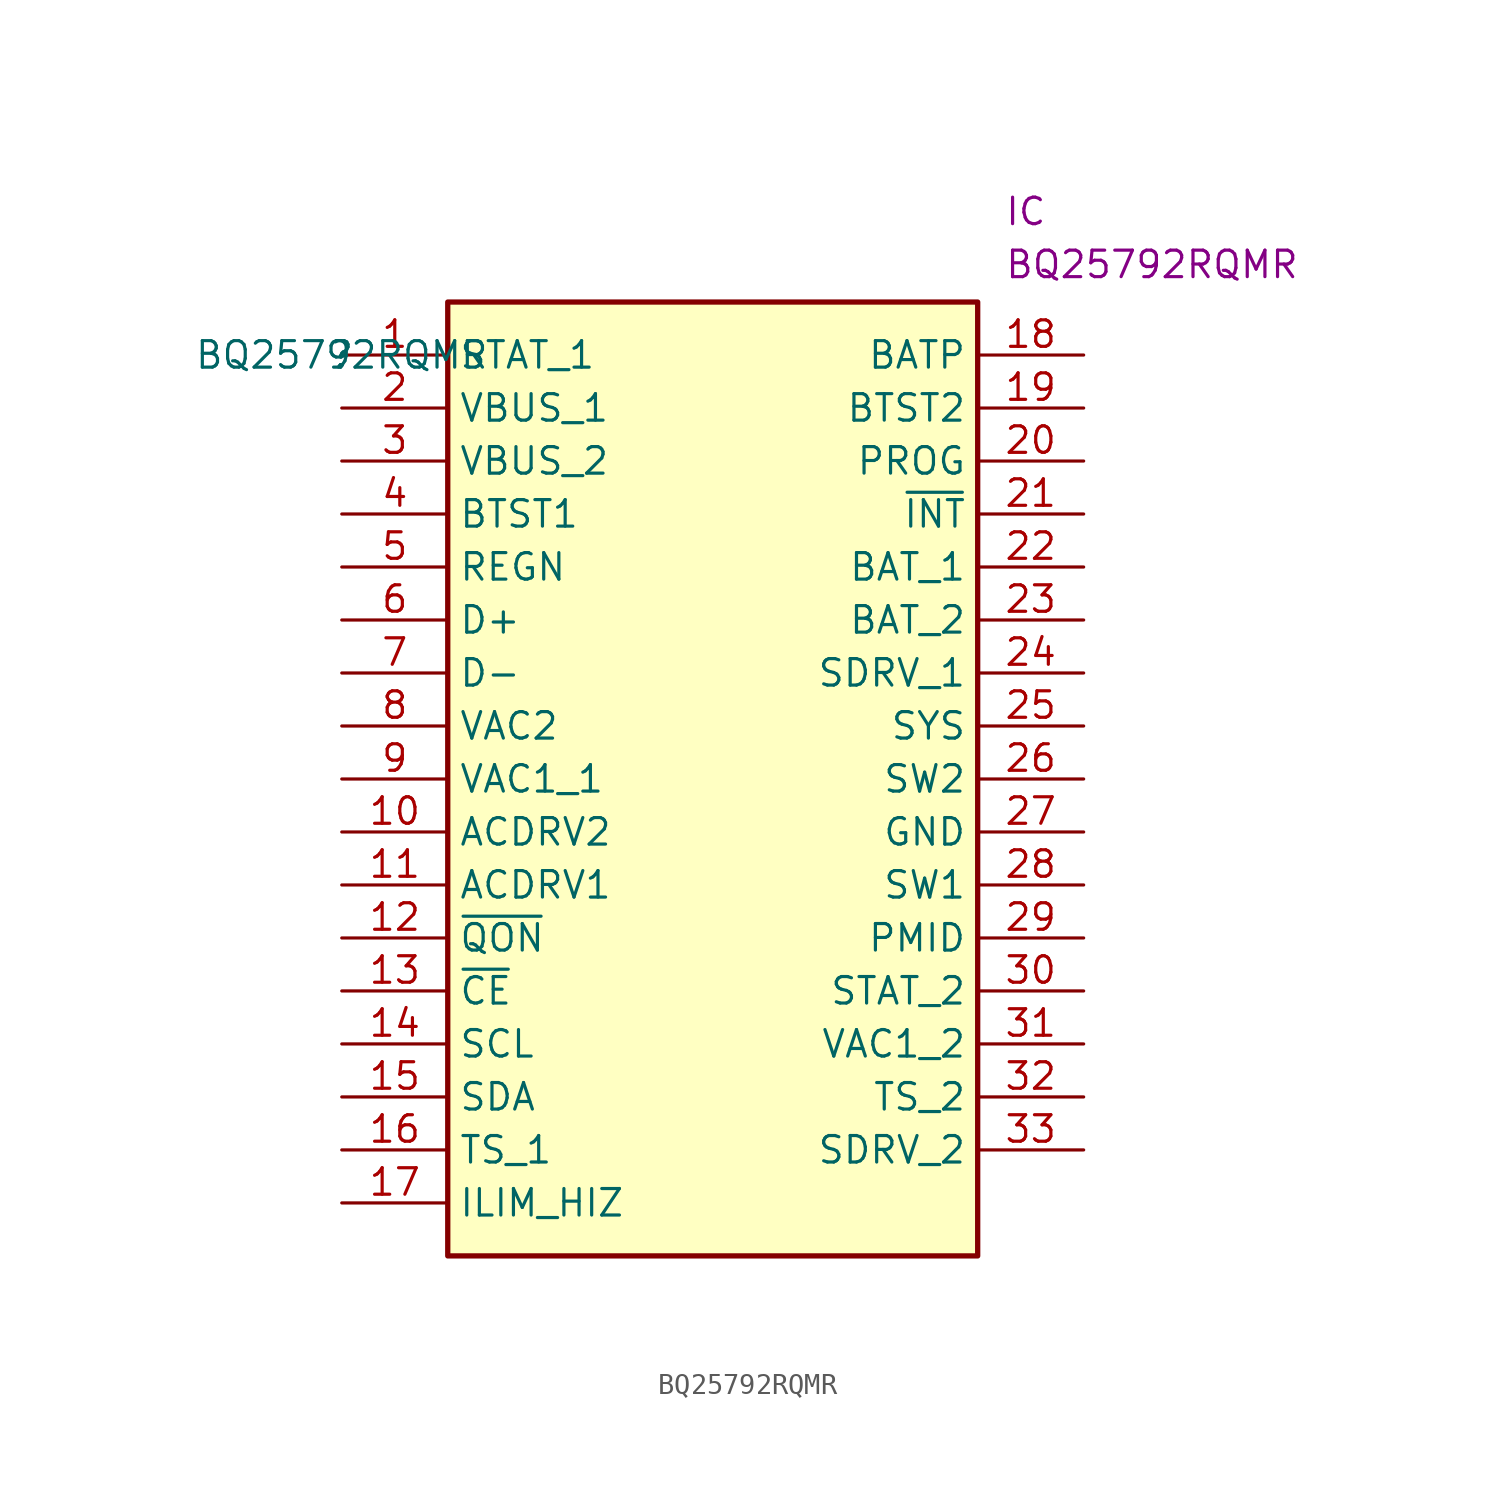
<source format=kicad_sym>
(kicad_symbol_lib
  (version 20211014)
  (generator kicad_symbol_editor)
  (symbol "BQ25792RQMR"
    (property "Reference" ""
      (at 0 0 0)
      (effects (font (size 1.27 1.27))))
    (property "Value" "BQ25792RQMR"
      (at 0 0 0)
      (effects (font (size 1.27 1.27))))
    (property "Reference_1" "IC"
      (at 31.75 7.62 0)
      (effects (font (size 1.27 1.27)) (justify left top)))
    (property "Value_1" "BQ25792RQMR"
      (at 31.75 5.08 0)
      (effects (font (size 1.27 1.27)) (justify left top)))
    (symbol "BQ25792RQMR_1_1"
      (rectangle (start 5.08 2.54) (end 30.48 -43.18) (stroke (width 0.254) (type default) (color 0 0 0 0)) (fill (type background)))
      (pin passive line (at 0 0 0) (length 5.08) (name "STAT_1" (effects (font (size 1.27 1.27)))) (number "1" (effects (font (size 1.27 1.27)))))
      (pin passive line (at 0 -22.86 0) (length 5.08) (name "ACDRV2" (effects (font (size 1.27 1.27)))) (number "10" (effects (font (size 1.27 1.27)))))
      (pin passive line (at 0 -25.4 0) (length 5.08) (name "ACDRV1" (effects (font (size 1.27 1.27)))) (number "11" (effects (font (size 1.27 1.27)))))
      (pin passive line (at 0 -27.94 0) (length 5.08) (name "~{QON}" (effects (font (size 1.27 1.27)))) (number "12" (effects (font (size 1.27 1.27)))))
      (pin passive line (at 0 -30.48 0) (length 5.08) (name "~{CE}" (effects (font (size 1.27 1.27)))) (number "13" (effects (font (size 1.27 1.27)))))
      (pin passive line (at 0 -33.02 0) (length 5.08) (name "SCL" (effects (font (size 1.27 1.27)))) (number "14" (effects (font (size 1.27 1.27)))))
      (pin passive line (at 0 -35.56 0) (length 5.08) (name "SDA" (effects (font (size 1.27 1.27)))) (number "15" (effects (font (size 1.27 1.27)))))
      (pin passive line (at 0 -38.1 0) (length 5.08) (name "TS_1" (effects (font (size 1.27 1.27)))) (number "16" (effects (font (size 1.27 1.27)))))
      (pin passive line (at 0 -40.64 0) (length 5.08) (name "ILIM_HIZ" (effects (font (size 1.27 1.27)))) (number "17" (effects (font (size 1.27 1.27)))))
      (pin passive line (at 35.56 0 180) (length 5.08) (name "BATP" (effects (font (size 1.27 1.27)))) (number "18" (effects (font (size 1.27 1.27)))))
      (pin passive line (at 35.56 -2.54 180) (length 5.08) (name "BTST2" (effects (font (size 1.27 1.27)))) (number "19" (effects (font (size 1.27 1.27)))))
      (pin passive line (at 0 -2.54 0) (length 5.08) (name "VBUS_1" (effects (font (size 1.27 1.27)))) (number "2" (effects (font (size 1.27 1.27)))))
      (pin passive line (at 35.56 -5.08 180) (length 5.08) (name "PROG" (effects (font (size 1.27 1.27)))) (number "20" (effects (font (size 1.27 1.27)))))
      (pin passive line (at 35.56 -7.62 180) (length 5.08) (name "~{INT}" (effects (font (size 1.27 1.27)))) (number "21" (effects (font (size 1.27 1.27)))))
      (pin passive line (at 35.56 -10.16 180) (length 5.08) (name "BAT_1" (effects (font (size 1.27 1.27)))) (number "22" (effects (font (size 1.27 1.27)))))
      (pin passive line (at 35.56 -12.7 180) (length 5.08) (name "BAT_2" (effects (font (size 1.27 1.27)))) (number "23" (effects (font (size 1.27 1.27)))))
      (pin passive line (at 35.56 -15.24 180) (length 5.08) (name "SDRV_1" (effects (font (size 1.27 1.27)))) (number "24" (effects (font (size 1.27 1.27)))))
      (pin passive line (at 35.56 -17.78 180) (length 5.08) (name "SYS" (effects (font (size 1.27 1.27)))) (number "25" (effects (font (size 1.27 1.27)))))
      (pin passive line (at 35.56 -20.32 180) (length 5.08) (name "SW2" (effects (font (size 1.27 1.27)))) (number "26" (effects (font (size 1.27 1.27)))))
      (pin passive line (at 35.56 -22.86 180) (length 5.08) (name "GND" (effects (font (size 1.27 1.27)))) (number "27" (effects (font (size 1.27 1.27)))))
      (pin passive line (at 35.56 -25.4 180) (length 5.08) (name "SW1" (effects (font (size 1.27 1.27)))) (number "28" (effects (font (size 1.27 1.27)))))
      (pin passive line (at 35.56 -27.94 180) (length 5.08) (name "PMID" (effects (font (size 1.27 1.27)))) (number "29" (effects (font (size 1.27 1.27)))))
      (pin passive line (at 0 -5.08 0) (length 5.08) (name "VBUS_2" (effects (font (size 1.27 1.27)))) (number "3" (effects (font (size 1.27 1.27)))))
      (pin passive line (at 35.56 -30.48 180) (length 5.08) (name "STAT_2" (effects (font (size 1.27 1.27)))) (number "30" (effects (font (size 1.27 1.27)))))
      (pin passive line (at 35.56 -33.02 180) (length 5.08) (name "VAC1_2" (effects (font (size 1.27 1.27)))) (number "31" (effects (font (size 1.27 1.27)))))
      (pin passive line (at 35.56 -35.56 180) (length 5.08) (name "TS_2" (effects (font (size 1.27 1.27)))) (number "32" (effects (font (size 1.27 1.27)))))
      (pin passive line (at 35.56 -38.1 180) (length 5.08) (name "SDRV_2" (effects (font (size 1.27 1.27)))) (number "33" (effects (font (size 1.27 1.27)))))
      (pin passive line (at 0 -7.62 0) (length 5.08) (name "BTST1" (effects (font (size 1.27 1.27)))) (number "4" (effects (font (size 1.27 1.27)))))
      (pin passive line (at 0 -10.16 0) (length 5.08) (name "REGN" (effects (font (size 1.27 1.27)))) (number "5" (effects (font (size 1.27 1.27)))))
      (pin passive line (at 0 -12.7 0) (length 5.08) (name "D+" (effects (font (size 1.27 1.27)))) (number "6" (effects (font (size 1.27 1.27)))))
      (pin passive line (at 0 -15.24 0) (length 5.08) (name "D-" (effects (font (size 1.27 1.27)))) (number "7" (effects (font (size 1.27 1.27)))))
      (pin passive line (at 0 -17.78 0) (length 5.08) (name "VAC2" (effects (font (size 1.27 1.27)))) (number "8" (effects (font (size 1.27 1.27)))))
      (pin passive line (at 0 -20.32 0) (length 5.08) (name "VAC1_1" (effects (font (size 1.27 1.27)))) (number "9" (effects (font (size 1.27 1.27))))))))
</source>
